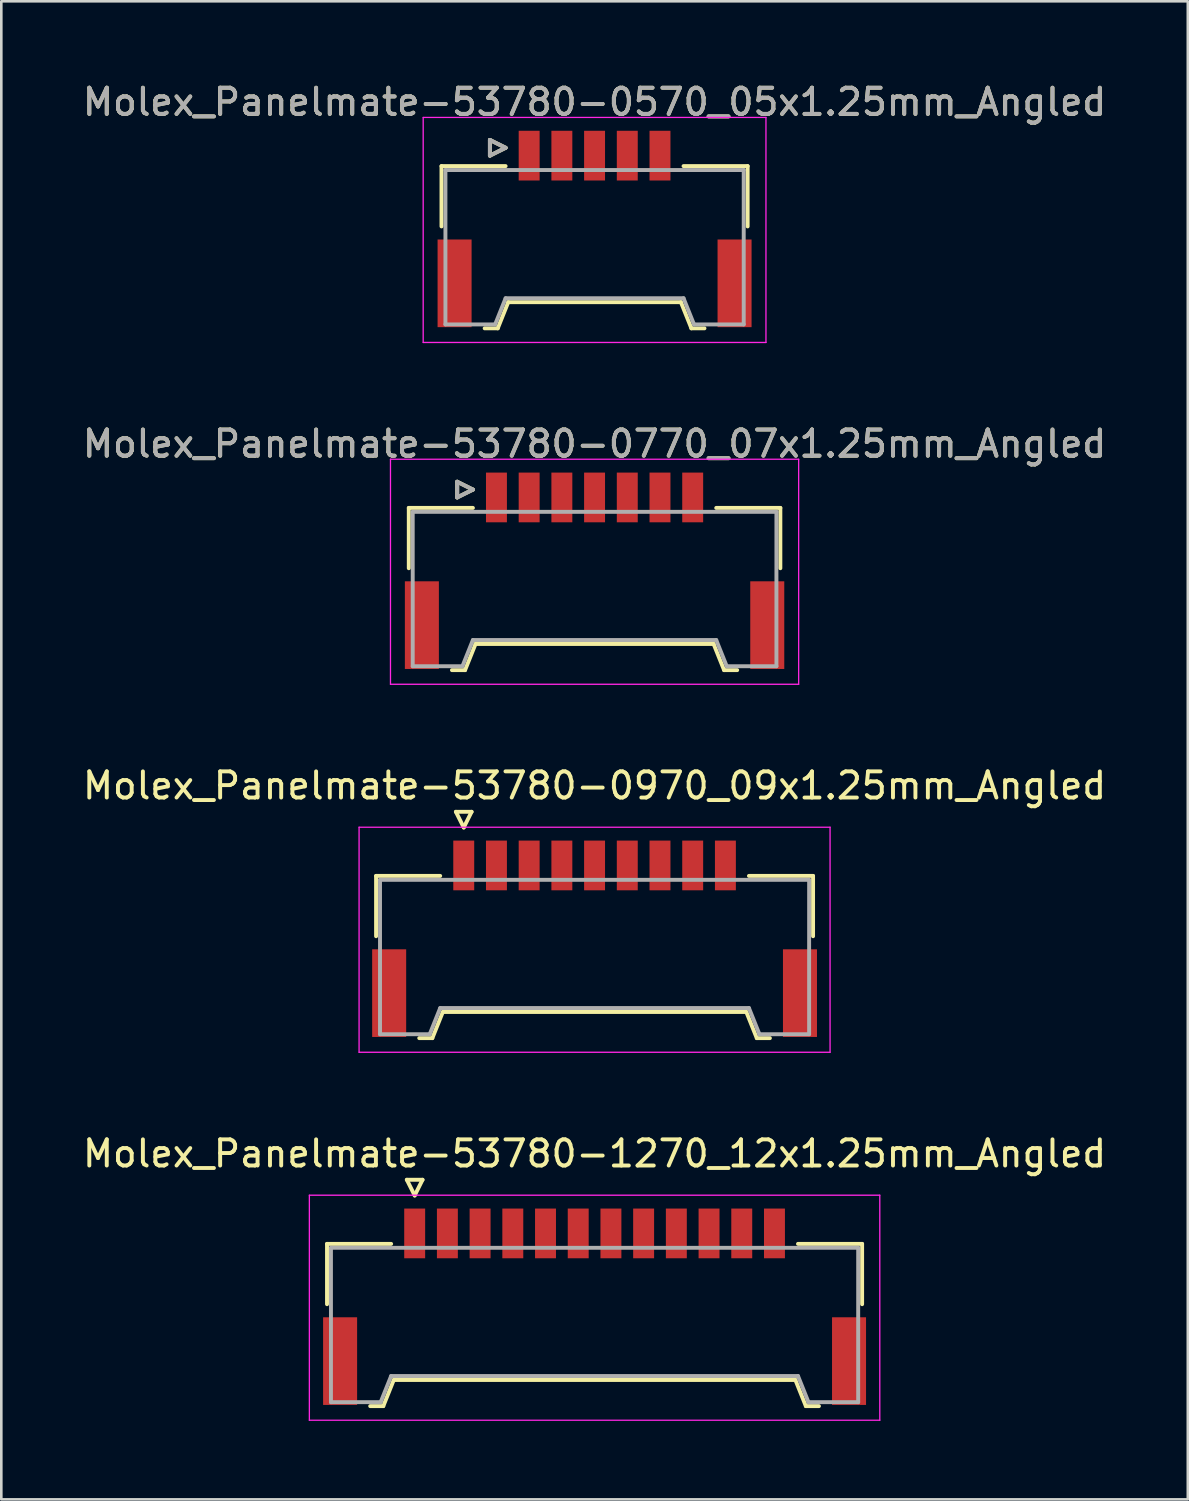
<source format=kicad_pcb>
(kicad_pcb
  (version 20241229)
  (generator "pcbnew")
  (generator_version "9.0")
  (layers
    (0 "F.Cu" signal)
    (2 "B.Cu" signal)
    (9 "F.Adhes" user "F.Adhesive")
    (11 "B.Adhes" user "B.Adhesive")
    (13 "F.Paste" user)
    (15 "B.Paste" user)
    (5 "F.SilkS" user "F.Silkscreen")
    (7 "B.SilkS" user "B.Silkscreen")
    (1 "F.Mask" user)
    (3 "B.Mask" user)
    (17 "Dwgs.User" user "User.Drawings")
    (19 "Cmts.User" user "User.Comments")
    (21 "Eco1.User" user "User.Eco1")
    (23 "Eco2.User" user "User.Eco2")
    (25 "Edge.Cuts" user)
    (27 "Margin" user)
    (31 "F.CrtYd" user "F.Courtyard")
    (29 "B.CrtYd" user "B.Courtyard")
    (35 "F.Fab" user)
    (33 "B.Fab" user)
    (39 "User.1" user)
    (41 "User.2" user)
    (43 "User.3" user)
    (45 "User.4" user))
  (footprint "Molex_Panelmate-53780-1270_12x1.25mm_Angled"
    (layer "F.Cu")
    (at 19.673 46.528)
    (property "Reference" "Molex_Panelmate-53780-1270_12x1.25mm_Angled" (at 0 -5.49 0) (layer "F.SilkS") (effects (font (size 1 1) (thickness 0.15))))
    (attr smd)
    (fp_line (start -10.225 -2.04) (end -10.225 0.265) (stroke (width 0.15) (type solid)) (layer "F.SilkS"))
    (fp_line (start -8.575 4.16) (end -8.075 4.16) (stroke (width 0.15) (type solid)) (layer "F.SilkS"))
    (fp_line (start -8.075 4.16) (end -7.675 3.16) (stroke (width 0.15) (type solid)) (layer "F.SilkS"))
    (fp_line (start -7.775 -2.04) (end -10.225 -2.04) (stroke (width 0.15) (type solid)) (layer "F.SilkS"))
    (fp_line (start -7.675 3.16) (end 7.675 3.16) (stroke (width 0.15) (type solid)) (layer "F.SilkS"))
    (fp_line (start -7.175 -4.49) (end -6.875 -3.89) (stroke (width 0.15) (type solid)) (layer "F.SilkS"))
    (fp_line (start -6.875 -3.89) (end -6.575 -4.49) (stroke (width 0.15) (type solid)) (layer "F.SilkS"))
    (fp_line (start -6.575 -4.49) (end -7.175 -4.49) (stroke (width 0.15) (type solid)) (layer "F.SilkS"))
    (fp_line (start 7.675 3.16) (end 8.075 4.16) (stroke (width 0.15) (type solid)) (layer "F.SilkS"))
    (fp_line (start 7.775 -2.04) (end 10.225 -2.04) (stroke (width 0.15) (type solid)) (layer "F.SilkS"))
    (fp_line (start 8.075 4.16) (end 8.575 4.16) (stroke (width 0.15) (type solid)) (layer "F.SilkS"))
    (fp_line (start 10.225 -2.04) (end 10.225 0.265) (stroke (width 0.15) (type solid)) (layer "F.SilkS"))
    (fp_line (start -10.9 -3.9) (end -10.9 4.7) (stroke (width 0.05) (type solid)) (layer "F.CrtYd"))
    (fp_line (start -10.9 4.7) (end 10.9 4.7) (stroke (width 0.05) (type solid)) (layer "F.CrtYd"))
    (fp_line (start 10.9 -3.9) (end -10.9 -3.9) (stroke (width 0.05) (type solid)) (layer "F.CrtYd"))
    (fp_line (start 10.9 4.7) (end 10.9 -3.9) (stroke (width 0.05) (type solid)) (layer "F.CrtYd"))
    (fp_line (start -10.075 -1.89) (end -10.075 4.01) (stroke (width 0.15) (type solid)) (layer "F.Fab"))
    (fp_line (start -10.075 4.01) (end -8.175 4.01) (stroke (width 0.15) (type solid)) (layer "F.Fab"))
    (fp_line (start -8.175 4.01) (end -7.775 3.01) (stroke (width 0.15) (type solid)) (layer "F.Fab"))
    (fp_line (start -7.775 3.01) (end 7.775 3.01) (stroke (width 0.15) (type solid)) (layer "F.Fab"))
    (fp_line (start 7.775 3.01) (end 8.175 4.01) (stroke (width 0.15) (type solid)) (layer "F.Fab"))
    (fp_line (start 8.175 4.01) (end 10.075 4.01) (stroke (width 0.15) (type solid)) (layer "F.Fab"))
    (fp_line (start 10.075 -1.89) (end -10.075 -1.89) (stroke (width 0.15) (type solid)) (layer "F.Fab"))
    (fp_line (start 10.075 4.01) (end 10.075 -1.89) (stroke (width 0.15) (type solid)) (layer "F.Fab"))
    (pad "" smd rect (at -9.725 2.44) (size 1.3 3.35) (layers "F.Cu" "F.Mask" "F.Paste"))
    (pad "" smd rect (at 9.725 2.44) (size 1.3 3.35) (layers "F.Cu" "F.Mask" "F.Paste"))
    (pad "1" smd rect (at -6.875 -2.44) (size 0.8 1.9) (layers "F.Cu" "F.Mask" "F.Paste"))
    (pad "2" smd rect (at -5.625 -2.44) (size 0.8 1.9) (layers "F.Cu" "F.Mask" "F.Paste"))
    (pad "3" smd rect (at -4.375 -2.44) (size 0.8 1.9) (layers "F.Cu" "F.Mask" "F.Paste"))
    (pad "4" smd rect (at -3.125 -2.44) (size 0.8 1.9) (layers "F.Cu" "F.Mask" "F.Paste"))
    (pad "5" smd rect (at -1.875 -2.44) (size 0.8 1.9) (layers "F.Cu" "F.Mask" "F.Paste"))
    (pad "6" smd rect (at -0.625 -2.44) (size 0.8 1.9) (layers "F.Cu" "F.Mask" "F.Paste"))
    (pad "7" smd rect (at 0.625 -2.44) (size 0.8 1.9) (layers "F.Cu" "F.Mask" "F.Paste"))
    (pad "8" smd rect (at 1.875 -2.44) (size 0.8 1.9) (layers "F.Cu" "F.Mask" "F.Paste"))
    (pad "9" smd rect (at 3.125 -2.44) (size 0.8 1.9) (layers "F.Cu" "F.Mask" "F.Paste"))
    (pad "10" smd rect (at 4.375 -2.44) (size 0.8 1.9) (layers "F.Cu" "F.Mask" "F.Paste"))
    (pad "11" smd rect (at 5.625 -2.44) (size 0.8 1.9) (layers "F.Cu" "F.Mask" "F.Paste"))
    (pad "12" smd rect (at 6.875 -2.44) (size 0.8 1.9) (layers "F.Cu" "F.Mask" "F.Paste")))
  (footprint "Molex_Panelmate-53780-0770_07x1.25mm_Angled"
    (layer "F.Cu")
    (at 19.673 18.401)
    (property "Reference" "Molex_Panelmate-53780-0770_07x1.25mm_Angled" (at 0 -4.49 0) (layer "F.SilkS") (effects (font (size 1 1) (thickness 0.15))))
    (attr smd)
    (fp_line (start -7.1 -2.04) (end -7.1 0.265) (stroke (width 0.15) (type solid)) (layer "F.SilkS"))
    (fp_line (start -5.45 4.16) (end -4.95 4.16) (stroke (width 0.15) (type solid)) (layer "F.SilkS"))
    (fp_line (start -5.25 -3.04) (end -5.25 -2.44) (stroke (width 0.15) (type solid)) (layer "F.SilkS"))
    (fp_line (start -5.25 -2.44) (end -4.65 -2.74) (stroke (width 0.15) (type solid)) (layer "F.SilkS"))
    (fp_line (start -4.95 4.16) (end -4.55 3.16) (stroke (width 0.15) (type solid)) (layer "F.SilkS"))
    (fp_line (start -4.65 -2.74) (end -5.25 -3.04) (stroke (width 0.15) (type solid)) (layer "F.SilkS"))
    (fp_line (start -4.65 -2.04) (end -7.1 -2.04) (stroke (width 0.15) (type solid)) (layer "F.SilkS"))
    (fp_line (start -4.55 3.16) (end 4.55 3.16) (stroke (width 0.15) (type solid)) (layer "F.SilkS"))
    (fp_line (start 4.55 3.16) (end 4.95 4.16) (stroke (width 0.15) (type solid)) (layer "F.SilkS"))
    (fp_line (start 4.65 -2.04) (end 7.1 -2.04) (stroke (width 0.15) (type solid)) (layer "F.SilkS"))
    (fp_line (start 4.95 4.16) (end 5.45 4.16) (stroke (width 0.15) (type solid)) (layer "F.SilkS"))
    (fp_line (start 7.1 -2.04) (end 7.1 0.265) (stroke (width 0.15) (type solid)) (layer "F.SilkS"))
    (fp_line (start -7.8 -3.9) (end -7.8 4.7) (stroke (width 0.05) (type solid)) (layer "F.CrtYd"))
    (fp_line (start -7.8 4.7) (end 7.8 4.7) (stroke (width 0.05) (type solid)) (layer "F.CrtYd"))
    (fp_line (start 7.8 -3.9) (end -7.8 -3.9) (stroke (width 0.05) (type solid)) (layer "F.CrtYd"))
    (fp_line (start 7.8 4.7) (end 7.8 -3.9) (stroke (width 0.05) (type solid)) (layer "F.CrtYd"))
    (fp_line (start -6.95 -1.89) (end -6.95 4.01) (stroke (width 0.15) (type solid)) (layer "F.Fab"))
    (fp_line (start -6.95 4.01) (end -5.05 4.01) (stroke (width 0.15) (type solid)) (layer "F.Fab"))
    (fp_line (start -5.25 -3.04) (end -5.25 -2.44) (stroke (width 0.15) (type solid)) (layer "F.Fab"))
    (fp_line (start -5.25 -2.44) (end -4.65 -2.74) (stroke (width 0.15) (type solid)) (layer "F.Fab"))
    (fp_line (start -5.05 4.01) (end -4.65 3.01) (stroke (width 0.15) (type solid)) (layer "F.Fab"))
    (fp_line (start -4.65 -2.74) (end -5.25 -3.04) (stroke (width 0.15) (type solid)) (layer "F.Fab"))
    (fp_line (start -4.65 3.01) (end 4.65 3.01) (stroke (width 0.15) (type solid)) (layer "F.Fab"))
    (fp_line (start 4.65 3.01) (end 5.05 4.01) (stroke (width 0.15) (type solid)) (layer "F.Fab"))
    (fp_line (start 5.05 4.01) (end 6.95 4.01) (stroke (width 0.15) (type solid)) (layer "F.Fab"))
    (fp_line (start 6.95 -1.89) (end -6.95 -1.89) (stroke (width 0.15) (type solid)) (layer "F.Fab"))
    (fp_line (start 6.95 4.01) (end 6.95 -1.89) (stroke (width 0.15) (type solid)) (layer "F.Fab"))
    (fp_text user "${REFERENCE}" (at 0 -4.49 0) (layer "F.Fab") (effects (font (size 1 1) (thickness 0.15))))
    (pad "" smd rect (at -6.6 2.44) (size 1.3 3.35) (layers "F.Cu" "F.Mask" "F.Paste"))
    (pad "" smd rect (at 6.6 2.44) (size 1.3 3.35) (layers "F.Cu" "F.Mask" "F.Paste"))
    (pad "1" smd rect (at -3.75 -2.44) (size 0.8 1.9) (layers "F.Cu" "F.Mask" "F.Paste"))
    (pad "2" smd rect (at -2.5 -2.44) (size 0.8 1.9) (layers "F.Cu" "F.Mask" "F.Paste"))
    (pad "3" smd rect (at -1.25 -2.44) (size 0.8 1.9) (layers "F.Cu" "F.Mask" "F.Paste"))
    (pad "4" smd rect (at 0 -2.44) (size 0.8 1.9) (layers "F.Cu" "F.Mask" "F.Paste"))
    (pad "5" smd rect (at 1.25 -2.44) (size 0.8 1.9) (layers "F.Cu" "F.Mask" "F.Paste"))
    (pad "6" smd rect (at 2.5 -2.44) (size 0.8 1.9) (layers "F.Cu" "F.Mask" "F.Paste"))
    (pad "7" smd rect (at 3.75 -2.44) (size 0.8 1.9) (layers "F.Cu" "F.Mask" "F.Paste")))
  (footprint "Molex_Panelmate-53780-0970_09x1.25mm_Angled"
    (layer "F.Cu")
    (at 19.673 32.465)
    (property "Reference" "Molex_Panelmate-53780-0970_09x1.25mm_Angled" (at 0 -5.49 0) (layer "F.SilkS") (effects (font (size 1 1) (thickness 0.15))))
    (attr smd)
    (fp_line (start -8.35 -2.04) (end -8.35 0.265) (stroke (width 0.15) (type solid)) (layer "F.SilkS"))
    (fp_line (start -6.7 4.16) (end -6.2 4.16) (stroke (width 0.15) (type solid)) (layer "F.SilkS"))
    (fp_line (start -6.2 4.16) (end -5.8 3.16) (stroke (width 0.15) (type solid)) (layer "F.SilkS"))
    (fp_line (start -5.9 -2.04) (end -8.35 -2.04) (stroke (width 0.15) (type solid)) (layer "F.SilkS"))
    (fp_line (start -5.8 3.16) (end 5.8 3.16) (stroke (width 0.15) (type solid)) (layer "F.SilkS"))
    (fp_line (start -5.3 -4.49) (end -5 -3.89) (stroke (width 0.15) (type solid)) (layer "F.SilkS"))
    (fp_line (start -5 -3.89) (end -4.7 -4.49) (stroke (width 0.15) (type solid)) (layer "F.SilkS"))
    (fp_line (start -4.7 -4.49) (end -5.3 -4.49) (stroke (width 0.15) (type solid)) (layer "F.SilkS"))
    (fp_line (start 5.8 3.16) (end 6.2 4.16) (stroke (width 0.15) (type solid)) (layer "F.SilkS"))
    (fp_line (start 5.9 -2.04) (end 8.35 -2.04) (stroke (width 0.15) (type solid)) (layer "F.SilkS"))
    (fp_line (start 6.2 4.16) (end 6.7 4.16) (stroke (width 0.15) (type solid)) (layer "F.SilkS"))
    (fp_line (start 8.35 -2.04) (end 8.35 0.265) (stroke (width 0.15) (type solid)) (layer "F.SilkS"))
    (fp_line (start -9 -3.9) (end -9 4.7) (stroke (width 0.05) (type solid)) (layer "F.CrtYd"))
    (fp_line (start -9 4.7) (end 9 4.7) (stroke (width 0.05) (type solid)) (layer "F.CrtYd"))
    (fp_line (start 9 -3.9) (end -9 -3.9) (stroke (width 0.05) (type solid)) (layer "F.CrtYd"))
    (fp_line (start 9 4.7) (end 9 -3.9) (stroke (width 0.05) (type solid)) (layer "F.CrtYd"))
    (fp_line (start -8.2 -1.89) (end -8.2 4.01) (stroke (width 0.15) (type solid)) (layer "F.Fab"))
    (fp_line (start -8.2 4.01) (end -6.3 4.01) (stroke (width 0.15) (type solid)) (layer "F.Fab"))
    (fp_line (start -6.3 4.01) (end -5.9 3.01) (stroke (width 0.15) (type solid)) (layer "F.Fab"))
    (fp_line (start -5.9 3.01) (end 5.9 3.01) (stroke (width 0.15) (type solid)) (layer "F.Fab"))
    (fp_line (start 5.9 3.01) (end 6.3 4.01) (stroke (width 0.15) (type solid)) (layer "F.Fab"))
    (fp_line (start 6.3 4.01) (end 8.2 4.01) (stroke (width 0.15) (type solid)) (layer "F.Fab"))
    (fp_line (start 8.2 -1.89) (end -8.2 -1.89) (stroke (width 0.15) (type solid)) (layer "F.Fab"))
    (fp_line (start 8.2 4.01) (end 8.2 -1.89) (stroke (width 0.15) (type solid)) (layer "F.Fab"))
    (pad "" smd rect (at -7.85 2.44) (size 1.3 3.35) (layers "F.Cu" "F.Mask" "F.Paste"))
    (pad "" smd rect (at 7.85 2.44) (size 1.3 3.35) (layers "F.Cu" "F.Mask" "F.Paste"))
    (pad "1" smd rect (at -5 -2.44) (size 0.8 1.9) (layers "F.Cu" "F.Mask" "F.Paste"))
    (pad "2" smd rect (at -3.75 -2.44) (size 0.8 1.9) (layers "F.Cu" "F.Mask" "F.Paste"))
    (pad "3" smd rect (at -2.5 -2.44) (size 0.8 1.9) (layers "F.Cu" "F.Mask" "F.Paste"))
    (pad "4" smd rect (at -1.25 -2.44) (size 0.8 1.9) (layers "F.Cu" "F.Mask" "F.Paste"))
    (pad "5" smd rect (at 0 -2.44) (size 0.8 1.9) (layers "F.Cu" "F.Mask" "F.Paste"))
    (pad "6" smd rect (at 1.25 -2.44) (size 0.8 1.9) (layers "F.Cu" "F.Mask" "F.Paste"))
    (pad "7" smd rect (at 2.5 -2.44) (size 0.8 1.9) (layers "F.Cu" "F.Mask" "F.Paste"))
    (pad "8" smd rect (at 3.75 -2.44) (size 0.8 1.9) (layers "F.Cu" "F.Mask" "F.Paste"))
    (pad "9" smd rect (at 5 -2.44) (size 0.8 1.9) (layers "F.Cu" "F.Mask" "F.Paste")))
  (footprint "Molex_Panelmate-53780-0570_05x1.25mm_Angled"
    (layer "F.Cu")
    (at 19.673 5.338)
    (property "Reference" "Molex_Panelmate-53780-0570_05x1.25mm_Angled" (at 0 -4.49 0) (layer "F.SilkS") (effects (font (size 1 1) (thickness 0.15))))
    (attr smd)
    (fp_line (start -5.85 -2.04) (end -5.85 0.265) (stroke (width 0.15) (type solid)) (layer "F.SilkS"))
    (fp_line (start -4.2 4.16) (end -3.7 4.16) (stroke (width 0.15) (type solid)) (layer "F.SilkS"))
    (fp_line (start -4 -3.04) (end -4 -2.44) (stroke (width 0.15) (type solid)) (layer "F.SilkS"))
    (fp_line (start -4 -2.44) (end -3.4 -2.74) (stroke (width 0.15) (type solid)) (layer "F.SilkS"))
    (fp_line (start -3.7 4.16) (end -3.3 3.16) (stroke (width 0.15) (type solid)) (layer "F.SilkS"))
    (fp_line (start -3.4 -2.74) (end -4 -3.04) (stroke (width 0.15) (type solid)) (layer "F.SilkS"))
    (fp_line (start -3.4 -2.04) (end -5.85 -2.04) (stroke (width 0.15) (type solid)) (layer "F.SilkS"))
    (fp_line (start -3.3 3.16) (end 3.3 3.16) (stroke (width 0.15) (type solid)) (layer "F.SilkS"))
    (fp_line (start 3.3 3.16) (end 3.7 4.16) (stroke (width 0.15) (type solid)) (layer "F.SilkS"))
    (fp_line (start 3.4 -2.04) (end 5.85 -2.04) (stroke (width 0.15) (type solid)) (layer "F.SilkS"))
    (fp_line (start 3.7 4.16) (end 4.2 4.16) (stroke (width 0.15) (type solid)) (layer "F.SilkS"))
    (fp_line (start 5.85 -2.04) (end 5.85 0.265) (stroke (width 0.15) (type solid)) (layer "F.SilkS"))
    (fp_line (start -6.55 -3.9) (end -6.55 4.7) (stroke (width 0.05) (type solid)) (layer "F.CrtYd"))
    (fp_line (start -6.55 4.7) (end 6.55 4.7) (stroke (width 0.05) (type solid)) (layer "F.CrtYd"))
    (fp_line (start 6.55 -3.9) (end -6.55 -3.9) (stroke (width 0.05) (type solid)) (layer "F.CrtYd"))
    (fp_line (start 6.55 4.7) (end 6.55 -3.9) (stroke (width 0.05) (type solid)) (layer "F.CrtYd"))
    (fp_line (start -5.7 -1.89) (end -5.7 4.01) (stroke (width 0.15) (type solid)) (layer "F.Fab"))
    (fp_line (start -5.7 4.01) (end -3.8 4.01) (stroke (width 0.15) (type solid)) (layer "F.Fab"))
    (fp_line (start -4 -3.04) (end -4 -2.44) (stroke (width 0.15) (type solid)) (layer "F.Fab"))
    (fp_line (start -4 -2.44) (end -3.4 -2.74) (stroke (width 0.15) (type solid)) (layer "F.Fab"))
    (fp_line (start -3.8 4.01) (end -3.4 3.01) (stroke (width 0.15) (type solid)) (layer "F.Fab"))
    (fp_line (start -3.4 -2.74) (end -4 -3.04) (stroke (width 0.15) (type solid)) (layer "F.Fab"))
    (fp_line (start -3.4 3.01) (end 3.4 3.01) (stroke (width 0.15) (type solid)) (layer "F.Fab"))
    (fp_line (start 3.4 3.01) (end 3.8 4.01) (stroke (width 0.15) (type solid)) (layer "F.Fab"))
    (fp_line (start 3.8 4.01) (end 5.7 4.01) (stroke (width 0.15) (type solid)) (layer "F.Fab"))
    (fp_line (start 5.7 -1.89) (end -5.7 -1.89) (stroke (width 0.15) (type solid)) (layer "F.Fab"))
    (fp_line (start 5.7 4.01) (end 5.7 -1.89) (stroke (width 0.15) (type solid)) (layer "F.Fab"))
    (fp_text user "${REFERENCE}" (at 0 -4.49 0) (layer "F.Fab") (effects (font (size 1 1) (thickness 0.15))))
    (pad "" smd rect (at -5.35 2.44) (size 1.3 3.35) (layers "F.Cu" "F.Mask" "F.Paste"))
    (pad "" smd rect (at 5.35 2.44) (size 1.3 3.35) (layers "F.Cu" "F.Mask" "F.Paste"))
    (pad "1" smd rect (at -2.5 -2.44) (size 0.8 1.9) (layers "F.Cu" "F.Mask" "F.Paste"))
    (pad "2" smd rect (at -1.25 -2.44) (size 0.8 1.9) (layers "F.Cu" "F.Mask" "F.Paste"))
    (pad "3" smd rect (at 0 -2.44) (size 0.8 1.9) (layers "F.Cu" "F.Mask" "F.Paste"))
    (pad "4" smd rect (at 1.25 -2.44) (size 0.8 1.9) (layers "F.Cu" "F.Mask" "F.Paste"))
    (pad "5" smd rect (at 2.5 -2.44) (size 0.8 1.9) (layers "F.Cu" "F.Mask" "F.Paste")))
  (gr_rect
    (start -3 -3)
    (end 42.345 54.253)
    (stroke (width 0.1) (type default))
    (fill no)
    (layer "Edge.Cuts")))
</source>
